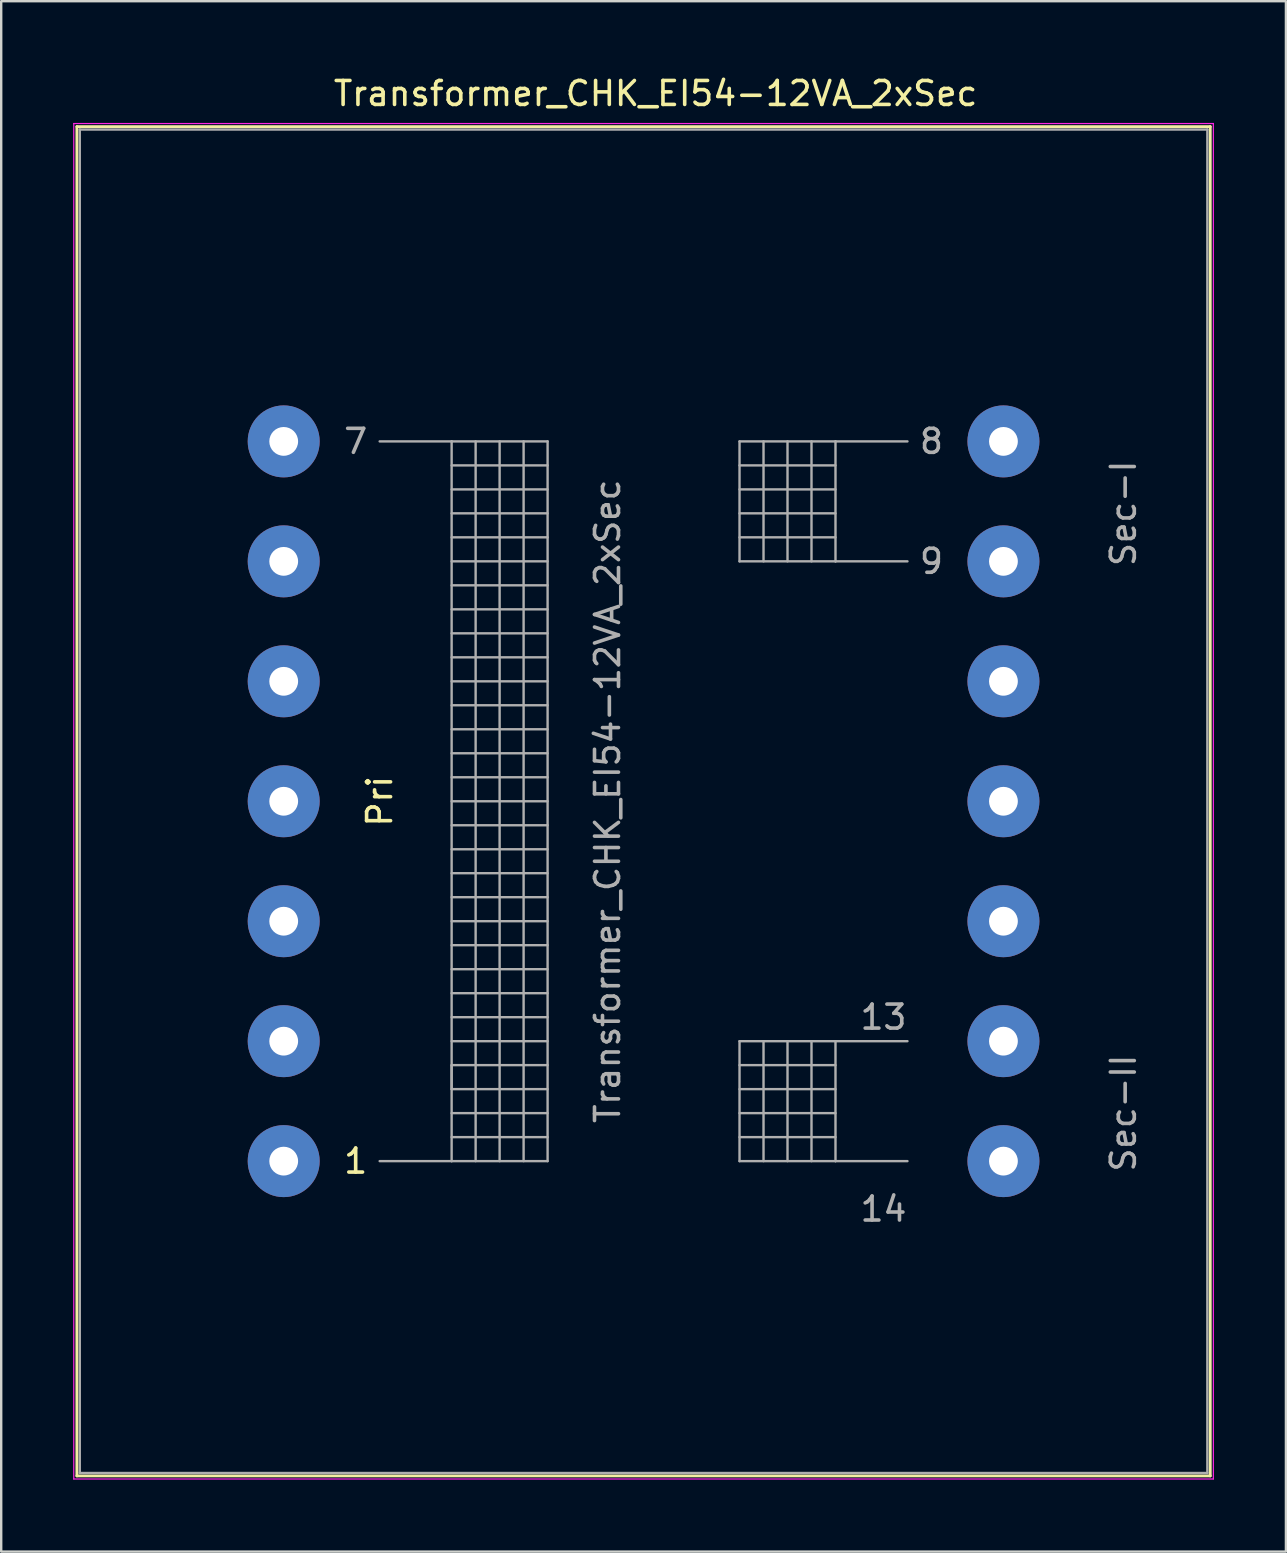
<source format=kicad_pcb>
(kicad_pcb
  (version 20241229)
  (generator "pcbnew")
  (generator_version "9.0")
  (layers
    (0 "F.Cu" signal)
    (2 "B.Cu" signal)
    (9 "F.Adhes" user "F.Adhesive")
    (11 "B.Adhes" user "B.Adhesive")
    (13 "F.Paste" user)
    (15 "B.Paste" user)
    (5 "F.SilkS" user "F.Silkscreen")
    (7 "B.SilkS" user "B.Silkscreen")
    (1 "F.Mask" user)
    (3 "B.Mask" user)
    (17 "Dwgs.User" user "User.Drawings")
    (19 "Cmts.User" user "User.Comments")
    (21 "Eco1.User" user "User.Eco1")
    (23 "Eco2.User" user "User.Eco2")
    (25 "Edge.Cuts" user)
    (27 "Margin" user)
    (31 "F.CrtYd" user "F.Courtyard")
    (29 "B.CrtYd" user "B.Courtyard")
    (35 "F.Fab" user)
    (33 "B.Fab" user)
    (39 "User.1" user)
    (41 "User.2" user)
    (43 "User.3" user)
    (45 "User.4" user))
  (footprint "Transformer_CHK_EI54-12VA_2xSec"
    (layer "F.Cu")
    (at 8.775 45.348)
    (property "Reference" "Transformer_CHK_EI54-12VA_2xSec" (at 15.5 -44.5 0) (layer "F.SilkS") (effects (font (size 1 1) (thickness 0.15))))
    (attr through_hole)
    (fp_line (start -8.62 -43.12) (end -8.62 13.12) (stroke (width 0.12) (type solid)) (layer "F.SilkS"))
    (fp_line (start -8.62 -43.12) (end 38.62 -43.12) (stroke (width 0.12) (type solid)) (layer "F.SilkS"))
    (fp_line (start 38.62 13.12) (end -8.62 13.12) (stroke (width 0.12) (type solid)) (layer "F.SilkS"))
    (fp_line (start 38.62 13.12) (end 38.62 -43.12) (stroke (width 0.12) (type solid)) (layer "F.SilkS"))
    (fp_line (start -8.75 -43.25) (end -8.75 13.25) (stroke (width 0.05) (type solid)) (layer "F.CrtYd"))
    (fp_line (start -8.75 -43.25) (end 38.75 -43.25) (stroke (width 0.05) (type solid)) (layer "F.CrtYd"))
    (fp_line (start 38.75 13.25) (end -8.75 13.25) (stroke (width 0.05) (type solid)) (layer "F.CrtYd"))
    (fp_line (start 38.75 13.25) (end 38.75 -43.25) (stroke (width 0.05) (type solid)) (layer "F.CrtYd"))
    (fp_line (start -8.5 -43) (end -8.5 13) (stroke (width 0.1) (type solid)) (layer "F.Fab"))
    (fp_line (start -8.5 13) (end 38.5 13) (stroke (width 0.1) (type solid)) (layer "F.Fab"))
    (fp_line (start 4 -30) (end 7 -30) (stroke (width 0.1) (type solid)) (layer "F.Fab"))
    (fp_line (start 7 -30) (end 7 0) (stroke (width 0.1) (type solid)) (layer "F.Fab"))
    (fp_line (start 7 -30) (end 11 -30) (stroke (width 0.1) (type solid)) (layer "F.Fab"))
    (fp_line (start 7 -29) (end 11 -29) (stroke (width 0.1) (type solid)) (layer "F.Fab"))
    (fp_line (start 7 -27) (end 11 -27) (stroke (width 0.1) (type solid)) (layer "F.Fab"))
    (fp_line (start 7 -25) (end 11 -25) (stroke (width 0.1) (type solid)) (layer "F.Fab"))
    (fp_line (start 7 -23) (end 11 -23) (stroke (width 0.1) (type solid)) (layer "F.Fab"))
    (fp_line (start 7 -21) (end 11 -21) (stroke (width 0.1) (type solid)) (layer "F.Fab"))
    (fp_line (start 7 -19) (end 11 -19) (stroke (width 0.1) (type solid)) (layer "F.Fab"))
    (fp_line (start 7 -17) (end 11 -17) (stroke (width 0.1) (type solid)) (layer "F.Fab"))
    (fp_line (start 7 -15) (end 11 -15) (stroke (width 0.1) (type solid)) (layer "F.Fab"))
    (fp_line (start 7 -13) (end 11 -13) (stroke (width 0.1) (type solid)) (layer "F.Fab"))
    (fp_line (start 7 -11) (end 11 -11) (stroke (width 0.1) (type solid)) (layer "F.Fab"))
    (fp_line (start 7 -9) (end 11 -9) (stroke (width 0.1) (type solid)) (layer "F.Fab"))
    (fp_line (start 7 -7) (end 11 -7) (stroke (width 0.1) (type solid)) (layer "F.Fab"))
    (fp_line (start 7 -5) (end 11 -5) (stroke (width 0.1) (type solid)) (layer "F.Fab"))
    (fp_line (start 7 -4) (end 7 -3) (stroke (width 0.1) (type solid)) (layer "F.Fab"))
    (fp_line (start 7 -3) (end 11 -3) (stroke (width 0.1) (type solid)) (layer "F.Fab"))
    (fp_line (start 7 -1) (end 11 -1) (stroke (width 0.1) (type solid)) (layer "F.Fab"))
    (fp_line (start 7 0) (end 4 0) (stroke (width 0.1) (type solid)) (layer "F.Fab"))
    (fp_line (start 8 -30) (end 8 0) (stroke (width 0.1) (type solid)) (layer "F.Fab"))
    (fp_line (start 9 -30) (end 9 0) (stroke (width 0.1) (type solid)) (layer "F.Fab"))
    (fp_line (start 10 -12) (end 7 -12) (stroke (width 0.1) (type solid)) (layer "F.Fab"))
    (fp_line (start 10 -12) (end 11 -12) (stroke (width 0.1) (type solid)) (layer "F.Fab"))
    (fp_line (start 10 0) (end 10 -30) (stroke (width 0.1) (type solid)) (layer "F.Fab"))
    (fp_line (start 11 -30) (end 11 0) (stroke (width 0.1) (type solid)) (layer "F.Fab"))
    (fp_line (start 11 -28) (end 7 -28) (stroke (width 0.1) (type solid)) (layer "F.Fab"))
    (fp_line (start 11 -26) (end 7 -26) (stroke (width 0.1) (type solid)) (layer "F.Fab"))
    (fp_line (start 11 -24) (end 7 -24) (stroke (width 0.1) (type solid)) (layer "F.Fab"))
    (fp_line (start 11 -22) (end 7 -22) (stroke (width 0.1) (type solid)) (layer "F.Fab"))
    (fp_line (start 11 -20) (end 7 -20) (stroke (width 0.1) (type solid)) (layer "F.Fab"))
    (fp_line (start 11 -18) (end 7 -18) (stroke (width 0.1) (type solid)) (layer "F.Fab"))
    (fp_line (start 11 -16) (end 7 -16) (stroke (width 0.1) (type solid)) (layer "F.Fab"))
    (fp_line (start 11 -14) (end 7 -14) (stroke (width 0.1) (type solid)) (layer "F.Fab"))
    (fp_line (start 11 -10) (end 7 -10) (stroke (width 0.1) (type solid)) (layer "F.Fab"))
    (fp_line (start 11 -8) (end 7 -8) (stroke (width 0.1) (type solid)) (layer "F.Fab"))
    (fp_line (start 11 -6) (end 7 -6) (stroke (width 0.1) (type solid)) (layer "F.Fab"))
    (fp_line (start 11 -4) (end 7 -4) (stroke (width 0.1) (type solid)) (layer "F.Fab"))
    (fp_line (start 11 -2) (end 7 -2) (stroke (width 0.1) (type solid)) (layer "F.Fab"))
    (fp_line (start 11 0) (end 7 0) (stroke (width 0.1) (type solid)) (layer "F.Fab"))
    (fp_line (start 19 -30) (end 19 -25) (stroke (width 0.1) (type solid)) (layer "F.Fab"))
    (fp_line (start 19 -29) (end 23 -29) (stroke (width 0.1) (type solid)) (layer "F.Fab"))
    (fp_line (start 19 -27) (end 23 -27) (stroke (width 0.1) (type solid)) (layer "F.Fab"))
    (fp_line (start 19 -25) (end 23 -25) (stroke (width 0.1) (type solid)) (layer "F.Fab"))
    (fp_line (start 19 -5) (end 19 0) (stroke (width 0.1) (type solid)) (layer "F.Fab"))
    (fp_line (start 19 -4) (end 23 -4) (stroke (width 0.1) (type solid)) (layer "F.Fab"))
    (fp_line (start 19 -2) (end 23 -2) (stroke (width 0.1) (type solid)) (layer "F.Fab"))
    (fp_line (start 19 0) (end 23 0) (stroke (width 0.1) (type solid)) (layer "F.Fab"))
    (fp_line (start 20 -30) (end 20 -25) (stroke (width 0.1) (type solid)) (layer "F.Fab"))
    (fp_line (start 20 -5) (end 20 0) (stroke (width 0.1) (type solid)) (layer "F.Fab"))
    (fp_line (start 21 -30) (end 21 -25) (stroke (width 0.1) (type solid)) (layer "F.Fab"))
    (fp_line (start 21 -5) (end 21 0) (stroke (width 0.1) (type solid)) (layer "F.Fab"))
    (fp_line (start 22 -30) (end 22 -25) (stroke (width 0.1) (type solid)) (layer "F.Fab"))
    (fp_line (start 22 -5) (end 22 0) (stroke (width 0.1) (type solid)) (layer "F.Fab"))
    (fp_line (start 23 -30) (end 19 -30) (stroke (width 0.1) (type solid)) (layer "F.Fab"))
    (fp_line (start 23 -30) (end 23 -25) (stroke (width 0.1) (type solid)) (layer "F.Fab"))
    (fp_line (start 23 -28) (end 19 -28) (stroke (width 0.1) (type solid)) (layer "F.Fab"))
    (fp_line (start 23 -26) (end 19 -26) (stroke (width 0.1) (type solid)) (layer "F.Fab"))
    (fp_line (start 23 -25) (end 26 -25) (stroke (width 0.1) (type solid)) (layer "F.Fab"))
    (fp_line (start 23 -5) (end 19 -5) (stroke (width 0.1) (type solid)) (layer "F.Fab"))
    (fp_line (start 23 -5) (end 23 0) (stroke (width 0.1) (type solid)) (layer "F.Fab"))
    (fp_line (start 23 -3) (end 19 -3) (stroke (width 0.1) (type solid)) (layer "F.Fab"))
    (fp_line (start 23 -1) (end 19 -1) (stroke (width 0.1) (type solid)) (layer "F.Fab"))
    (fp_line (start 23 0) (end 26 0) (stroke (width 0.1) (type solid)) (layer "F.Fab"))
    (fp_line (start 26 -30) (end 23 -30) (stroke (width 0.1) (type solid)) (layer "F.Fab"))
    (fp_line (start 26 -5) (end 23 -5) (stroke (width 0.1) (type solid)) (layer "F.Fab"))
    (fp_line (start 38.5 -43) (end -8.5 -43) (stroke (width 0.1) (type solid)) (layer "F.Fab"))
    (fp_line (start 38.5 13) (end 38.5 -43) (stroke (width 0.1) (type solid)) (layer "F.Fab"))
    (fp_text user "1" (at 3 0 0) (layer "F.SilkS") (effects (font (size 1 1) (thickness 0.15))))
    (fp_text user "Pri" (at 4 -15 90) (layer "F.SilkS") (effects (font (size 1 1) (thickness 0.15))))
    (fp_text user "13" (at 25 -6 0) (layer "F.Fab") (effects (font (size 1 1) (thickness 0.15))))
    (fp_text user "7" (at 3 -30 0) (layer "F.Fab") (effects (font (size 1 1) (thickness 0.15))))
    (fp_text user "Sec-II" (at 35 -2 90) (layer "F.Fab") (effects (font (size 1 1) (thickness 0.15))))
    (fp_text user "Sec-I" (at 35 -27 90) (layer "F.Fab") (effects (font (size 1 1) (thickness 0.15))))
    (fp_text user "${REFERENCE}" (at 13.5 -15 90) (layer "F.Fab") (effects (font (size 1 1) (thickness 0.15))))
    (fp_text user "9" (at 27 -25 0) (layer "F.Fab") (effects (font (size 1 1) (thickness 0.15))))
    (fp_text user "14" (at 25 2 0) (layer "F.Fab") (effects (font (size 1 1) (thickness 0.15))))
    (fp_text user "8" (at 27 -30 0) (layer "F.Fab") (effects (font (size 1 1) (thickness 0.15))))
    (pad "1" thru_hole circle (at 0 0) (size 3 3) (drill 1.2) (layers "*.Cu" "*.Mask"))
    (pad "2" thru_hole circle (at 0 -5) (size 3 3) (drill 1.2) (layers "*.Cu" "*.Mask"))
    (pad "3" thru_hole circle (at 0 -10) (size 3 3) (drill 1.2) (layers "*.Cu" "*.Mask"))
    (pad "4" thru_hole circle (at 0 -15) (size 3 3) (drill 1.2) (layers "*.Cu" "*.Mask"))
    (pad "5" thru_hole circle (at 0 -20) (size 3 3) (drill 1.2) (layers "*.Cu" "*.Mask"))
    (pad "6" thru_hole circle (at 0 -25) (size 3 3) (drill 1.2) (layers "*.Cu" "*.Mask"))
    (pad "7" thru_hole circle (at 0 -30) (size 3 3) (drill 1.2) (layers "*.Cu" "*.Mask"))
    (pad "8" thru_hole circle (at 30 -30) (size 3 3) (drill 1.2) (layers "*.Cu" "*.Mask"))
    (pad "9" thru_hole circle (at 30 -25) (size 3 3) (drill 1.2) (layers "*.Cu" "*.Mask"))
    (pad "10" thru_hole circle (at 30 -20) (size 3 3) (drill 1.2) (layers "*.Cu" "*.Mask"))
    (pad "11" thru_hole circle (at 30 -15) (size 3 3) (drill 1.2) (layers "*.Cu" "*.Mask"))
    (pad "12" thru_hole circle (at 30 -10) (size 3 3) (drill 1.2) (layers "*.Cu" "*.Mask"))
    (pad "13" thru_hole circle (at 30 -5) (size 3 3) (drill 1.2) (layers "*.Cu" "*.Mask"))
    (pad "14" thru_hole circle (at 30 0) (size 3 3) (drill 1.2) (layers "*.Cu" "*.Mask")))
  (gr_rect
    (start -3 -3)
    (end 50.55 61.623)
    (stroke (width 0.1) (type default))
    (fill no)
    (layer "Edge.Cuts")))
</source>
